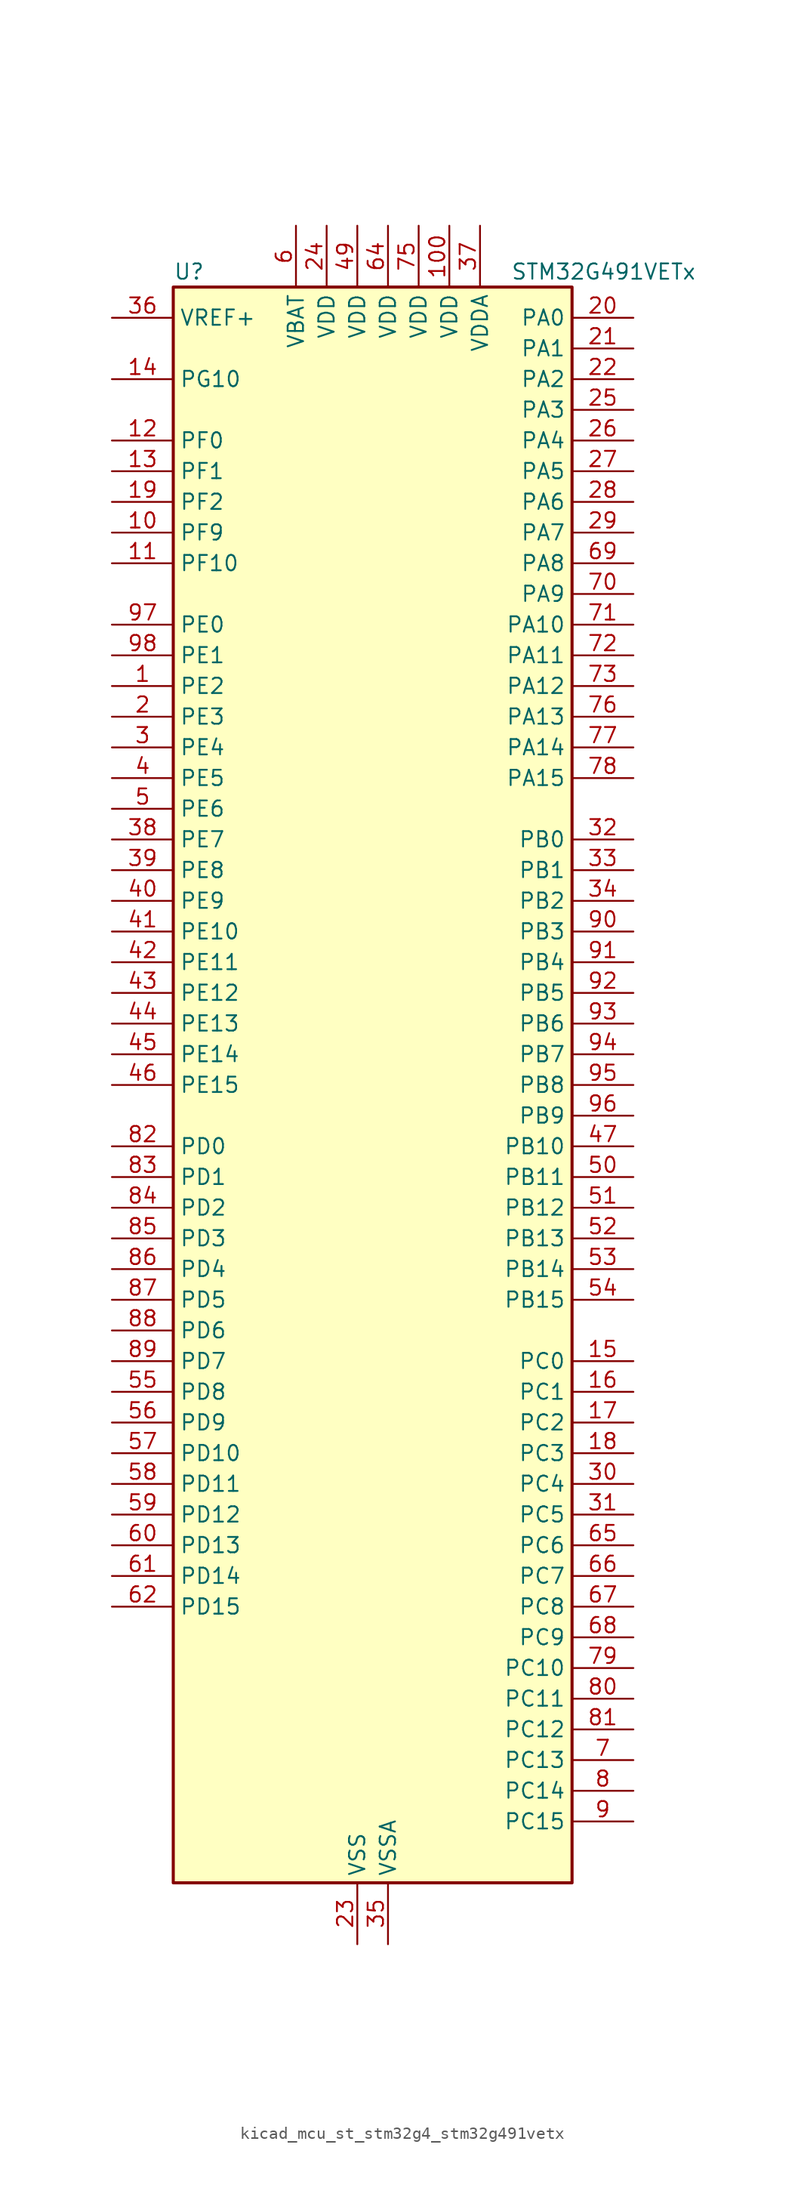
<source format=kicad_sym>
(kicad_symbol_lib
  (version 20220914)
  (generator kicad_symbol_editor)
  (symbol "kicad_mcu_st_stm32g4_stm32g491vetx"
    (property "Reference" "U"
      (at -15.24 67.31 0)
      (effects (font (size 1.27 1.27)) (justify left)))
    (property "Value" "STM32G491VETx"
      (at 12.7 67.31 0)
      (effects (font (size 1.27 1.27)) (justify left)))
    (property "ki_locked" ""
      (at 0 0 0)
      (effects (font (size 1.27 1.27))))
    (symbol "kicad_mcu_st_stm32g4_stm32g491vetx_0_1"
      (rectangle (start -15.24 -66.04) (end 17.78 66.04) (stroke (width 0.254) (type default)) (fill (type background))))
    (symbol "kicad_mcu_st_stm32g4_stm32g491vetx_1_1"
      (pin bidirectional line (at -20.32 33.02 0) (length 5.08) (name "PE2" (effects (font (size 1.27 1.27)))) (number "1" (effects (font (size 1.27 1.27)))) (alternate "ADC3_EXTI2" bidirectional line) (alternate "SAI1_CK1" bidirectional line) (alternate "SAI1_MCLK_A" bidirectional line) (alternate "SYS_TRACECLK" bidirectional line) (alternate "TIM20_CH1" bidirectional line) (alternate "TIM3_CH1" bidirectional line))
      (pin bidirectional line (at -20.32 45.72 0) (length 5.08) (name "PF9" (effects (font (size 1.27 1.27)))) (number "10" (effects (font (size 1.27 1.27)))) (alternate "DAC1_EXTI9" bidirectional line) (alternate "DAC3_EXTI9" bidirectional line) (alternate "QUADSPI1_BK1_IO1" bidirectional line) (alternate "SAI1_FS_B" bidirectional line) (alternate "SPI2_SCK" bidirectional line) (alternate "TIM15_CH1" bidirectional line) (alternate "TIM20_BKIN" bidirectional line))
      (pin power_in line (at 7.62 71.12 270) (length 5.08) (name "VDD" (effects (font (size 1.27 1.27)))) (number "100" (effects (font (size 1.27 1.27)))))
      (pin bidirectional line (at -20.32 43.18 0) (length 5.08) (name "PF10" (effects (font (size 1.27 1.27)))) (number "11" (effects (font (size 1.27 1.27)))) (alternate "DAC1_EXTI10" bidirectional line) (alternate "DAC3_EXTI10" bidirectional line) (alternate "QUADSPI1_CLK" bidirectional line) (alternate "SAI1_D3" bidirectional line) (alternate "SPI2_SCK" bidirectional line) (alternate "TIM15_CH2" bidirectional line) (alternate "TIM20_BKIN2" bidirectional line))
      (pin bidirectional line (at -20.32 53.34 0) (length 5.08) (name "PF0" (effects (font (size 1.27 1.27)))) (number "12" (effects (font (size 1.27 1.27)))) (alternate "ADC1_IN10" bidirectional line) (alternate "I2C2_SDA" bidirectional line) (alternate "I2S2_WS" bidirectional line) (alternate "RCC_OSC_IN" bidirectional line) (alternate "SPI2_NSS" bidirectional line) (alternate "TIM1_CH3N" bidirectional line))
      (pin bidirectional line (at -20.32 50.8 0) (length 5.08) (name "PF1" (effects (font (size 1.27 1.27)))) (number "13" (effects (font (size 1.27 1.27)))) (alternate "ADC2_IN10" bidirectional line) (alternate "COMP3_INM" bidirectional line) (alternate "I2S2_CK" bidirectional line) (alternate "RCC_OSC_OUT" bidirectional line) (alternate "SPI2_SCK" bidirectional line))
      (pin bidirectional line (at -20.32 58.42 0) (length 5.08) (name "PG10" (effects (font (size 1.27 1.27)))) (number "14" (effects (font (size 1.27 1.27)))) (alternate "DAC1_EXTI10" bidirectional line) (alternate "DAC3_EXTI10" bidirectional line) (alternate "RCC_MCO" bidirectional line))
      (pin bidirectional line (at 22.86 -22.86 180) (length 5.08) (name "PC0" (effects (font (size 1.27 1.27)))) (number "15" (effects (font (size 1.27 1.27)))) (alternate "ADC1_IN6" bidirectional line) (alternate "ADC2_IN6" bidirectional line) (alternate "COMP3_INM" bidirectional line) (alternate "LPTIM1_IN1" bidirectional line) (alternate "LPUART1_RX" bidirectional line) (alternate "TIM1_CH1" bidirectional line))
      (pin bidirectional line (at 22.86 -25.4 180) (length 5.08) (name "PC1" (effects (font (size 1.27 1.27)))) (number "16" (effects (font (size 1.27 1.27)))) (alternate "ADC1_IN7" bidirectional line) (alternate "ADC2_IN7" bidirectional line) (alternate "COMP3_INP" bidirectional line) (alternate "LPTIM1_OUT" bidirectional line) (alternate "LPUART1_TX" bidirectional line) (alternate "QUADSPI1_BK2_IO0" bidirectional line) (alternate "SAI1_SD_A" bidirectional line) (alternate "TIM1_CH2" bidirectional line))
      (pin bidirectional line (at 22.86 -27.94 180) (length 5.08) (name "PC2" (effects (font (size 1.27 1.27)))) (number "17" (effects (font (size 1.27 1.27)))) (alternate "ADC1_IN8" bidirectional line) (alternate "ADC2_IN8" bidirectional line) (alternate "ADC3_EXTI2" bidirectional line) (alternate "COMP3_OUT" bidirectional line) (alternate "LPTIM1_IN2" bidirectional line) (alternate "QUADSPI1_BK2_IO1" bidirectional line) (alternate "TIM1_CH3" bidirectional line) (alternate "TIM20_CH2" bidirectional line))
      (pin bidirectional line (at 22.86 -30.48 180) (length 5.08) (name "PC3" (effects (font (size 1.27 1.27)))) (number "18" (effects (font (size 1.27 1.27)))) (alternate "ADC1_IN9" bidirectional line) (alternate "ADC2_IN9" bidirectional line) (alternate "ADC3_EXTI3" bidirectional line) (alternate "LPTIM1_ETR" bidirectional line) (alternate "QUADSPI1_BK2_IO2" bidirectional line) (alternate "SAI1_D1" bidirectional line) (alternate "SAI1_SD_A" bidirectional line) (alternate "TIM1_BKIN2" bidirectional line) (alternate "TIM1_CH4" bidirectional line))
      (pin bidirectional line (at -20.32 48.26 0) (length 5.08) (name "PF2" (effects (font (size 1.27 1.27)))) (number "19" (effects (font (size 1.27 1.27)))) (alternate "ADC3_EXTI2" bidirectional line) (alternate "I2C2_SMBA" bidirectional line) (alternate "TIM20_CH3" bidirectional line))
      (pin bidirectional line (at -20.32 30.48 0) (length 5.08) (name "PE3" (effects (font (size 1.27 1.27)))) (number "2" (effects (font (size 1.27 1.27)))) (alternate "ADC3_EXTI3" bidirectional line) (alternate "SAI1_SD_B" bidirectional line) (alternate "SYS_TRACED0" bidirectional line) (alternate "TIM20_CH2" bidirectional line) (alternate "TIM3_CH2" bidirectional line))
      (pin bidirectional line (at 22.86 63.5 180) (length 5.08) (name "PA0" (effects (font (size 1.27 1.27)))) (number "20" (effects (font (size 1.27 1.27)))) (alternate "ADC1_IN1" bidirectional line) (alternate "ADC2_IN1" bidirectional line) (alternate "COMP1_INM" bidirectional line) (alternate "COMP1_OUT" bidirectional line) (alternate "COMP3_INP" bidirectional line) (alternate "RTC_TAMP2" bidirectional line) (alternate "SYS_WKUP1" bidirectional line) (alternate "TIM2_CH1" bidirectional line) (alternate "TIM2_ETR" bidirectional line) (alternate "TIM8_BKIN" bidirectional line) (alternate "TIM8_ETR" bidirectional line) (alternate "USART2_CTS" bidirectional line) (alternate "USART2_NSS" bidirectional line))
      (pin bidirectional line (at 22.86 60.96 180) (length 5.08) (name "PA1" (effects (font (size 1.27 1.27)))) (number "21" (effects (font (size 1.27 1.27)))) (alternate "ADC1_IN2" bidirectional line) (alternate "ADC2_IN2" bidirectional line) (alternate "COMP1_INP" bidirectional line) (alternate "OPAMP1_VINP" bidirectional line) (alternate "OPAMP1_VINP_SEC" bidirectional line) (alternate "OPAMP3_VINP" bidirectional line) (alternate "OPAMP3_VINP_SEC" bidirectional line) (alternate "OPAMP6_VINM" bidirectional line) (alternate "OPAMP6_VINM0" bidirectional line) (alternate "OPAMP6_VINM_SEC" bidirectional line) (alternate "RTC_REFIN" bidirectional line) (alternate "TIM15_CH1N" bidirectional line) (alternate "TIM2_CH2" bidirectional line) (alternate "USART2_DE" bidirectional line) (alternate "USART2_RTS" bidirectional line))
      (pin bidirectional line (at 22.86 58.42 180) (length 5.08) (name "PA2" (effects (font (size 1.27 1.27)))) (number "22" (effects (font (size 1.27 1.27)))) (alternate "ADC1_IN3" bidirectional line) (alternate "ADC3_EXTI2" bidirectional line) (alternate "COMP2_INM" bidirectional line) (alternate "COMP2_OUT" bidirectional line) (alternate "LPUART1_TX" bidirectional line) (alternate "OPAMP1_VOUT" bidirectional line) (alternate "QUADSPI1_BK1_NCS" bidirectional line) (alternate "RCC_LSCO" bidirectional line) (alternate "SYS_WKUP4" bidirectional line) (alternate "TIM15_CH1" bidirectional line) (alternate "TIM2_CH3" bidirectional line) (alternate "UCPD1_FRSTX1" bidirectional line) (alternate "UCPD1_FRSTX2" bidirectional line) (alternate "USART2_TX" bidirectional line))
      (pin power_in line (at 0 -71.12 90) (length 5.08) (name "VSS" (effects (font (size 1.27 1.27)))) (number "23" (effects (font (size 1.27 1.27)))))
      (pin power_in line (at -2.54 71.12 270) (length 5.08) (name "VDD" (effects (font (size 1.27 1.27)))) (number "24" (effects (font (size 1.27 1.27)))))
      (pin bidirectional line (at 22.86 55.88 180) (length 5.08) (name "PA3" (effects (font (size 1.27 1.27)))) (number "25" (effects (font (size 1.27 1.27)))) (alternate "ADC1_IN4" bidirectional line) (alternate "ADC3_EXTI3" bidirectional line) (alternate "COMP2_INP" bidirectional line) (alternate "LPUART1_RX" bidirectional line) (alternate "OPAMP1_VINM" bidirectional line) (alternate "OPAMP1_VINM0" bidirectional line) (alternate "OPAMP1_VINM_SEC" bidirectional line) (alternate "OPAMP1_VINP" bidirectional line) (alternate "OPAMP1_VINP_SEC" bidirectional line) (alternate "QUADSPI1_CLK" bidirectional line) (alternate "SAI1_CK1" bidirectional line) (alternate "SAI1_MCLK_A" bidirectional line) (alternate "TIM15_CH2" bidirectional line) (alternate "TIM2_CH4" bidirectional line) (alternate "USART2_RX" bidirectional line))
      (pin bidirectional line (at 22.86 53.34 180) (length 5.08) (name "PA4" (effects (font (size 1.27 1.27)))) (number "26" (effects (font (size 1.27 1.27)))) (alternate "ADC2_IN17" bidirectional line) (alternate "COMP1_INM" bidirectional line) (alternate "DAC1_OUT1" bidirectional line) (alternate "I2S3_WS" bidirectional line) (alternate "SAI1_FS_B" bidirectional line) (alternate "SPI1_NSS" bidirectional line) (alternate "SPI3_NSS" bidirectional line) (alternate "TIM3_CH2" bidirectional line) (alternate "USART2_CK" bidirectional line))
      (pin bidirectional line (at 22.86 50.8 180) (length 5.08) (name "PA5" (effects (font (size 1.27 1.27)))) (number "27" (effects (font (size 1.27 1.27)))) (alternate "ADC2_IN13" bidirectional line) (alternate "COMP2_INM" bidirectional line) (alternate "DAC1_OUT2" bidirectional line) (alternate "OPAMP2_VINM" bidirectional line) (alternate "OPAMP2_VINM0" bidirectional line) (alternate "OPAMP2_VINM_SEC" bidirectional line) (alternate "SPI1_SCK" bidirectional line) (alternate "TIM2_CH1" bidirectional line) (alternate "TIM2_ETR" bidirectional line) (alternate "UCPD1_FRSTX1" bidirectional line) (alternate "UCPD1_FRSTX2" bidirectional line))
      (pin bidirectional line (at 22.86 48.26 180) (length 5.08) (name "PA6" (effects (font (size 1.27 1.27)))) (number "28" (effects (font (size 1.27 1.27)))) (alternate "ADC2_IN3" bidirectional line) (alternate "COMP1_OUT" bidirectional line) (alternate "LPUART1_CTS" bidirectional line) (alternate "OPAMP2_VOUT" bidirectional line) (alternate "QUADSPI1_BK1_IO3" bidirectional line) (alternate "SPI1_MISO" bidirectional line) (alternate "TIM16_CH1" bidirectional line) (alternate "TIM1_BKIN" bidirectional line) (alternate "TIM3_CH1" bidirectional line) (alternate "TIM8_BKIN" bidirectional line))
      (pin bidirectional line (at 22.86 45.72 180) (length 5.08) (name "PA7" (effects (font (size 1.27 1.27)))) (number "29" (effects (font (size 1.27 1.27)))) (alternate "ADC2_IN4" bidirectional line) (alternate "COMP2_INP" bidirectional line) (alternate "COMP2_OUT" bidirectional line) (alternate "OPAMP1_VINP" bidirectional line) (alternate "OPAMP1_VINP_SEC" bidirectional line) (alternate "OPAMP2_VINP" bidirectional line) (alternate "OPAMP2_VINP_SEC" bidirectional line) (alternate "QUADSPI1_BK1_IO2" bidirectional line) (alternate "SPI1_MOSI" bidirectional line) (alternate "TIM17_CH1" bidirectional line) (alternate "TIM1_CH1N" bidirectional line) (alternate "TIM3_CH2" bidirectional line) (alternate "TIM8_CH1N" bidirectional line) (alternate "UCPD1_FRSTX1" bidirectional line) (alternate "UCPD1_FRSTX2" bidirectional line))
      (pin bidirectional line (at -20.32 27.94 0) (length 5.08) (name "PE4" (effects (font (size 1.27 1.27)))) (number "3" (effects (font (size 1.27 1.27)))) (alternate "SAI1_D2" bidirectional line) (alternate "SAI1_FS_A" bidirectional line) (alternate "SYS_TRACED1" bidirectional line) (alternate "TIM20_CH1N" bidirectional line) (alternate "TIM3_CH3" bidirectional line))
      (pin bidirectional line (at 22.86 -33.02 180) (length 5.08) (name "PC4" (effects (font (size 1.27 1.27)))) (number "30" (effects (font (size 1.27 1.27)))) (alternate "ADC2_IN5" bidirectional line) (alternate "I2C2_SCL" bidirectional line) (alternate "QUADSPI1_BK2_IO3" bidirectional line) (alternate "TIM1_ETR" bidirectional line) (alternate "USART1_TX" bidirectional line))
      (pin bidirectional line (at 22.86 -35.56 180) (length 5.08) (name "PC5" (effects (font (size 1.27 1.27)))) (number "31" (effects (font (size 1.27 1.27)))) (alternate "ADC2_IN11" bidirectional line) (alternate "OPAMP1_VINM" bidirectional line) (alternate "OPAMP1_VINM1" bidirectional line) (alternate "OPAMP1_VINM_SEC" bidirectional line) (alternate "OPAMP2_VINM" bidirectional line) (alternate "OPAMP2_VINM1" bidirectional line) (alternate "OPAMP2_VINM_SEC" bidirectional line) (alternate "SAI1_D3" bidirectional line) (alternate "SYS_WKUP5" bidirectional line) (alternate "TIM15_BKIN" bidirectional line) (alternate "TIM1_CH4N" bidirectional line) (alternate "USART1_RX" bidirectional line))
      (pin bidirectional line (at 22.86 20.32 180) (length 5.08) (name "PB0" (effects (font (size 1.27 1.27)))) (number "32" (effects (font (size 1.27 1.27)))) (alternate "ADC1_IN15" bidirectional line) (alternate "ADC3_IN12" bidirectional line) (alternate "COMP4_INP" bidirectional line) (alternate "OPAMP2_VINP" bidirectional line) (alternate "OPAMP2_VINP_SEC" bidirectional line) (alternate "OPAMP3_VINP" bidirectional line) (alternate "OPAMP3_VINP_SEC" bidirectional line) (alternate "QUADSPI1_BK1_IO1" bidirectional line) (alternate "TIM1_CH2N" bidirectional line) (alternate "TIM3_CH3" bidirectional line) (alternate "TIM8_CH2N" bidirectional line) (alternate "UCPD1_FRSTX1" bidirectional line) (alternate "UCPD1_FRSTX2" bidirectional line))
      (pin bidirectional line (at 22.86 17.78 180) (length 5.08) (name "PB1" (effects (font (size 1.27 1.27)))) (number "33" (effects (font (size 1.27 1.27)))) (alternate "ADC1_IN12" bidirectional line) (alternate "ADC3_IN1" bidirectional line) (alternate "COMP1_INP" bidirectional line) (alternate "COMP4_OUT" bidirectional line) (alternate "LPUART1_DE" bidirectional line) (alternate "LPUART1_RTS" bidirectional line) (alternate "OPAMP3_VOUT" bidirectional line) (alternate "OPAMP6_VINM" bidirectional line) (alternate "OPAMP6_VINM1" bidirectional line) (alternate "OPAMP6_VINM_SEC" bidirectional line) (alternate "QUADSPI1_BK1_IO0" bidirectional line) (alternate "TIM1_CH3N" bidirectional line) (alternate "TIM3_CH4" bidirectional line) (alternate "TIM8_CH3N" bidirectional line))
      (pin bidirectional line (at 22.86 15.24 180) (length 5.08) (name "PB2" (effects (font (size 1.27 1.27)))) (number "34" (effects (font (size 1.27 1.27)))) (alternate "ADC2_IN12" bidirectional line) (alternate "ADC3_EXTI2" bidirectional line) (alternate "COMP4_INM" bidirectional line) (alternate "I2C3_SMBA" bidirectional line) (alternate "LPTIM1_OUT" bidirectional line) (alternate "OPAMP3_VINM" bidirectional line) (alternate "OPAMP3_VINM0" bidirectional line) (alternate "OPAMP3_VINM_SEC" bidirectional line) (alternate "QUADSPI1_BK2_IO1" bidirectional line) (alternate "RTC_OUT2" bidirectional line) (alternate "TIM20_CH1" bidirectional line))
      (pin power_in line (at 2.54 -71.12 90) (length 5.08) (name "VSSA" (effects (font (size 1.27 1.27)))) (number "35" (effects (font (size 1.27 1.27)))))
      (pin input line (at -20.32 63.5 0) (length 5.08) (name "VREF+" (effects (font (size 1.27 1.27)))) (number "36" (effects (font (size 1.27 1.27)))) (alternate "VREFBUF_OUT" bidirectional line))
      (pin power_in line (at 10.16 71.12 270) (length 5.08) (name "VDDA" (effects (font (size 1.27 1.27)))) (number "37" (effects (font (size 1.27 1.27)))))
      (pin bidirectional line (at -20.32 20.32 0) (length 5.08) (name "PE7" (effects (font (size 1.27 1.27)))) (number "38" (effects (font (size 1.27 1.27)))) (alternate "ADC3_IN4" bidirectional line) (alternate "COMP4_INP" bidirectional line) (alternate "SAI1_SD_B" bidirectional line) (alternate "TIM1_ETR" bidirectional line))
      (pin bidirectional line (at -20.32 17.78 0) (length 5.08) (name "PE8" (effects (font (size 1.27 1.27)))) (number "39" (effects (font (size 1.27 1.27)))) (alternate "ADC3_IN6" bidirectional line) (alternate "COMP4_INM" bidirectional line) (alternate "SAI1_SCK_B" bidirectional line) (alternate "TIM1_CH1N" bidirectional line))
      (pin bidirectional line (at -20.32 25.4 0) (length 5.08) (name "PE5" (effects (font (size 1.27 1.27)))) (number "4" (effects (font (size 1.27 1.27)))) (alternate "SAI1_CK2" bidirectional line) (alternate "SAI1_SCK_A" bidirectional line) (alternate "SYS_TRACED2" bidirectional line) (alternate "TIM20_CH2N" bidirectional line) (alternate "TIM3_CH4" bidirectional line))
      (pin bidirectional line (at -20.32 15.24 0) (length 5.08) (name "PE9" (effects (font (size 1.27 1.27)))) (number "40" (effects (font (size 1.27 1.27)))) (alternate "ADC3_IN2" bidirectional line) (alternate "DAC1_EXTI9" bidirectional line) (alternate "DAC3_EXTI9" bidirectional line) (alternate "SAI1_FS_B" bidirectional line) (alternate "TIM1_CH1" bidirectional line))
      (pin bidirectional line (at -20.32 12.7 0) (length 5.08) (name "PE10" (effects (font (size 1.27 1.27)))) (number "41" (effects (font (size 1.27 1.27)))) (alternate "ADC3_IN14" bidirectional line) (alternate "DAC1_EXTI10" bidirectional line) (alternate "DAC3_EXTI10" bidirectional line) (alternate "QUADSPI1_CLK" bidirectional line) (alternate "SAI1_MCLK_B" bidirectional line) (alternate "TIM1_CH2N" bidirectional line))
      (pin bidirectional line (at -20.32 10.16 0) (length 5.08) (name "PE11" (effects (font (size 1.27 1.27)))) (number "42" (effects (font (size 1.27 1.27)))) (alternate "ADC1_EXTI11" bidirectional line) (alternate "ADC2_EXTI11" bidirectional line) (alternate "ADC3_IN15" bidirectional line) (alternate "QUADSPI1_BK1_NCS" bidirectional line) (alternate "TIM1_CH2" bidirectional line))
      (pin bidirectional line (at -20.32 7.62 0) (length 5.08) (name "PE12" (effects (font (size 1.27 1.27)))) (number "43" (effects (font (size 1.27 1.27)))) (alternate "ADC3_IN16" bidirectional line) (alternate "QUADSPI1_BK1_IO0" bidirectional line) (alternate "TIM1_CH3N" bidirectional line))
      (pin bidirectional line (at -20.32 5.08 0) (length 5.08) (name "PE13" (effects (font (size 1.27 1.27)))) (number "44" (effects (font (size 1.27 1.27)))) (alternate "ADC3_IN3" bidirectional line) (alternate "QUADSPI1_BK1_IO1" bidirectional line) (alternate "TIM1_CH3" bidirectional line))
      (pin bidirectional line (at -20.32 2.54 0) (length 5.08) (name "PE14" (effects (font (size 1.27 1.27)))) (number "45" (effects (font (size 1.27 1.27)))) (alternate "QUADSPI1_BK1_IO2" bidirectional line) (alternate "TIM1_BKIN2" bidirectional line) (alternate "TIM1_CH4" bidirectional line))
      (pin bidirectional line (at -20.32 0 0) (length 5.08) (name "PE15" (effects (font (size 1.27 1.27)))) (number "46" (effects (font (size 1.27 1.27)))) (alternate "ADC1_EXTI15" bidirectional line) (alternate "ADC2_EXTI15" bidirectional line) (alternate "QUADSPI1_BK1_IO3" bidirectional line) (alternate "TIM1_BKIN" bidirectional line) (alternate "TIM1_CH4N" bidirectional line) (alternate "USART3_RX" bidirectional line))
      (pin bidirectional line (at 22.86 -5.08 180) (length 5.08) (name "PB10" (effects (font (size 1.27 1.27)))) (number "47" (effects (font (size 1.27 1.27)))) (alternate "DAC1_EXTI10" bidirectional line) (alternate "DAC3_EXTI10" bidirectional line) (alternate "LPUART1_RX" bidirectional line) (alternate "OPAMP3_VINM" bidirectional line) (alternate "OPAMP3_VINM1" bidirectional line) (alternate "OPAMP3_VINM_SEC" bidirectional line) (alternate "QUADSPI1_CLK" bidirectional line) (alternate "SAI1_SCK_A" bidirectional line) (alternate "TIM1_BKIN" bidirectional line) (alternate "TIM2_CH3" bidirectional line) (alternate "USART3_TX" bidirectional line))
      (pin passive line (at 0 -71.12 90) (length 5.08) hide (name "VSS" (effects (font (size 1.27 1.27)))) (number "48" (effects (font (size 1.27 1.27)))))
      (pin power_in line (at 0 71.12 270) (length 5.08) (name "VDD" (effects (font (size 1.27 1.27)))) (number "49" (effects (font (size 1.27 1.27)))))
      (pin bidirectional line (at -20.32 22.86 0) (length 5.08) (name "PE6" (effects (font (size 1.27 1.27)))) (number "5" (effects (font (size 1.27 1.27)))) (alternate "RTC_TAMP3" bidirectional line) (alternate "SAI1_D1" bidirectional line) (alternate "SAI1_SD_A" bidirectional line) (alternate "SYS_TRACED3" bidirectional line) (alternate "SYS_WKUP3" bidirectional line) (alternate "TIM20_CH3N" bidirectional line))
      (pin bidirectional line (at 22.86 -7.62 180) (length 5.08) (name "PB11" (effects (font (size 1.27 1.27)))) (number "50" (effects (font (size 1.27 1.27)))) (alternate "ADC1_EXTI11" bidirectional line) (alternate "ADC1_IN14" bidirectional line) (alternate "ADC2_EXTI11" bidirectional line) (alternate "ADC2_IN14" bidirectional line) (alternate "LPUART1_TX" bidirectional line) (alternate "OPAMP6_VOUT" bidirectional line) (alternate "QUADSPI1_BK1_NCS" bidirectional line) (alternate "TIM2_CH4" bidirectional line) (alternate "USART3_RX" bidirectional line))
      (pin bidirectional line (at 22.86 -10.16 180) (length 5.08) (name "PB12" (effects (font (size 1.27 1.27)))) (number "51" (effects (font (size 1.27 1.27)))) (alternate "ADC1_IN11" bidirectional line) (alternate "FDCAN2_RX" bidirectional line) (alternate "I2C2_SMBA" bidirectional line) (alternate "I2S2_WS" bidirectional line) (alternate "LPUART1_DE" bidirectional line) (alternate "LPUART1_RTS" bidirectional line) (alternate "OPAMP6_VINP" bidirectional line) (alternate "OPAMP6_VINP_SEC" bidirectional line) (alternate "SPI2_NSS" bidirectional line) (alternate "TIM1_BKIN" bidirectional line) (alternate "USART3_CK" bidirectional line))
      (pin bidirectional line (at 22.86 -12.7 180) (length 5.08) (name "PB13" (effects (font (size 1.27 1.27)))) (number "52" (effects (font (size 1.27 1.27)))) (alternate "ADC3_IN5" bidirectional line) (alternate "FDCAN2_TX" bidirectional line) (alternate "I2S2_CK" bidirectional line) (alternate "LPUART1_CTS" bidirectional line) (alternate "OPAMP3_VINP" bidirectional line) (alternate "OPAMP3_VINP_SEC" bidirectional line) (alternate "OPAMP6_VINP" bidirectional line) (alternate "OPAMP6_VINP_SEC" bidirectional line) (alternate "SPI2_SCK" bidirectional line) (alternate "TIM1_CH1N" bidirectional line) (alternate "USART3_CTS" bidirectional line) (alternate "USART3_NSS" bidirectional line))
      (pin bidirectional line (at 22.86 -15.24 180) (length 5.08) (name "PB14" (effects (font (size 1.27 1.27)))) (number "53" (effects (font (size 1.27 1.27)))) (alternate "ADC1_IN5" bidirectional line) (alternate "COMP4_OUT" bidirectional line) (alternate "OPAMP2_VINP" bidirectional line) (alternate "OPAMP2_VINP_SEC" bidirectional line) (alternate "SPI2_MISO" bidirectional line) (alternate "TIM15_CH1" bidirectional line) (alternate "TIM1_CH2N" bidirectional line) (alternate "USART3_DE" bidirectional line) (alternate "USART3_RTS" bidirectional line))
      (pin bidirectional line (at 22.86 -17.78 180) (length 5.08) (name "PB15" (effects (font (size 1.27 1.27)))) (number "54" (effects (font (size 1.27 1.27)))) (alternate "ADC1_EXTI15" bidirectional line) (alternate "ADC2_EXTI15" bidirectional line) (alternate "ADC2_IN15" bidirectional line) (alternate "COMP3_OUT" bidirectional line) (alternate "I2S2_SD" bidirectional line) (alternate "RTC_REFIN" bidirectional line) (alternate "SPI2_MOSI" bidirectional line) (alternate "TIM15_CH1N" bidirectional line) (alternate "TIM15_CH2" bidirectional line) (alternate "TIM1_CH3N" bidirectional line))
      (pin bidirectional line (at -20.32 -25.4 0) (length 5.08) (name "PD8" (effects (font (size 1.27 1.27)))) (number "55" (effects (font (size 1.27 1.27)))) (alternate "USART3_TX" bidirectional line))
      (pin bidirectional line (at -20.32 -27.94 0) (length 5.08) (name "PD9" (effects (font (size 1.27 1.27)))) (number "56" (effects (font (size 1.27 1.27)))) (alternate "DAC1_EXTI9" bidirectional line) (alternate "DAC3_EXTI9" bidirectional line) (alternate "OPAMP6_VINP" bidirectional line) (alternate "OPAMP6_VINP_SEC" bidirectional line) (alternate "USART3_RX" bidirectional line))
      (pin bidirectional line (at -20.32 -30.48 0) (length 5.08) (name "PD10" (effects (font (size 1.27 1.27)))) (number "57" (effects (font (size 1.27 1.27)))) (alternate "ADC3_IN7" bidirectional line) (alternate "DAC1_EXTI10" bidirectional line) (alternate "DAC3_EXTI10" bidirectional line) (alternate "USART3_CK" bidirectional line))
      (pin bidirectional line (at -20.32 -33.02 0) (length 5.08) (name "PD11" (effects (font (size 1.27 1.27)))) (number "58" (effects (font (size 1.27 1.27)))) (alternate "ADC1_EXTI11" bidirectional line) (alternate "ADC2_EXTI11" bidirectional line) (alternate "ADC3_IN8" bidirectional line) (alternate "USART3_CTS" bidirectional line) (alternate "USART3_NSS" bidirectional line))
      (pin bidirectional line (at -20.32 -35.56 0) (length 5.08) (name "PD12" (effects (font (size 1.27 1.27)))) (number "59" (effects (font (size 1.27 1.27)))) (alternate "ADC3_IN9" bidirectional line) (alternate "TIM4_CH1" bidirectional line) (alternate "USART3_DE" bidirectional line) (alternate "USART3_RTS" bidirectional line))
      (pin power_in line (at -5.08 71.12 270) (length 5.08) (name "VBAT" (effects (font (size 1.27 1.27)))) (number "6" (effects (font (size 1.27 1.27)))))
      (pin bidirectional line (at -20.32 -38.1 0) (length 5.08) (name "PD13" (effects (font (size 1.27 1.27)))) (number "60" (effects (font (size 1.27 1.27)))) (alternate "ADC3_IN10" bidirectional line) (alternate "TIM4_CH2" bidirectional line))
      (pin bidirectional line (at -20.32 -40.64 0) (length 5.08) (name "PD14" (effects (font (size 1.27 1.27)))) (number "61" (effects (font (size 1.27 1.27)))) (alternate "ADC3_IN11" bidirectional line) (alternate "OPAMP2_VINP" bidirectional line) (alternate "OPAMP2_VINP_SEC" bidirectional line) (alternate "TIM4_CH3" bidirectional line))
      (pin bidirectional line (at -20.32 -43.18 0) (length 5.08) (name "PD15" (effects (font (size 1.27 1.27)))) (number "62" (effects (font (size 1.27 1.27)))) (alternate "ADC1_EXTI15" bidirectional line) (alternate "ADC2_EXTI15" bidirectional line) (alternate "SPI2_NSS" bidirectional line) (alternate "TIM4_CH4" bidirectional line))
      (pin passive line (at 0 -71.12 90) (length 5.08) hide (name "VSS" (effects (font (size 1.27 1.27)))) (number "63" (effects (font (size 1.27 1.27)))))
      (pin power_in line (at 2.54 71.12 270) (length 5.08) (name "VDD" (effects (font (size 1.27 1.27)))) (number "64" (effects (font (size 1.27 1.27)))))
      (pin bidirectional line (at 22.86 -38.1 180) (length 5.08) (name "PC6" (effects (font (size 1.27 1.27)))) (number "65" (effects (font (size 1.27 1.27)))) (alternate "I2S2_MCK" bidirectional line) (alternate "TIM3_CH1" bidirectional line) (alternate "TIM8_CH1" bidirectional line))
      (pin bidirectional line (at 22.86 -40.64 180) (length 5.08) (name "PC7" (effects (font (size 1.27 1.27)))) (number "66" (effects (font (size 1.27 1.27)))) (alternate "I2S3_MCK" bidirectional line) (alternate "TIM3_CH2" bidirectional line) (alternate "TIM8_CH2" bidirectional line))
      (pin bidirectional line (at 22.86 -43.18 180) (length 5.08) (name "PC8" (effects (font (size 1.27 1.27)))) (number "67" (effects (font (size 1.27 1.27)))) (alternate "I2C3_SCL" bidirectional line) (alternate "TIM20_CH3" bidirectional line) (alternate "TIM3_CH3" bidirectional line) (alternate "TIM8_CH3" bidirectional line))
      (pin bidirectional line (at 22.86 -45.72 180) (length 5.08) (name "PC9" (effects (font (size 1.27 1.27)))) (number "68" (effects (font (size 1.27 1.27)))) (alternate "DAC1_EXTI9" bidirectional line) (alternate "DAC3_EXTI9" bidirectional line) (alternate "I2C3_SDA" bidirectional line) (alternate "I2S_CKIN" bidirectional line) (alternate "TIM3_CH4" bidirectional line) (alternate "TIM8_BKIN2" bidirectional line) (alternate "TIM8_CH4" bidirectional line))
      (pin bidirectional line (at 22.86 43.18 180) (length 5.08) (name "PA8" (effects (font (size 1.27 1.27)))) (number "69" (effects (font (size 1.27 1.27)))) (alternate "I2C2_SDA" bidirectional line) (alternate "I2C3_SCL" bidirectional line) (alternate "I2S2_MCK" bidirectional line) (alternate "RCC_MCO" bidirectional line) (alternate "SAI1_CK2" bidirectional line) (alternate "SAI1_SCK_A" bidirectional line) (alternate "TIM1_CH1" bidirectional line) (alternate "TIM4_ETR" bidirectional line) (alternate "USART1_CK" bidirectional line))
      (pin bidirectional line (at 22.86 -55.88 180) (length 5.08) (name "PC13" (effects (font (size 1.27 1.27)))) (number "7" (effects (font (size 1.27 1.27)))) (alternate "RTC_OUT1" bidirectional line) (alternate "RTC_TAMP1" bidirectional line) (alternate "RTC_TS" bidirectional line) (alternate "SYS_WKUP2" bidirectional line) (alternate "TIM1_BKIN" bidirectional line) (alternate "TIM1_CH1N" bidirectional line) (alternate "TIM8_CH4N" bidirectional line))
      (pin bidirectional line (at 22.86 40.64 180) (length 5.08) (name "PA9" (effects (font (size 1.27 1.27)))) (number "70" (effects (font (size 1.27 1.27)))) (alternate "DAC1_EXTI9" bidirectional line) (alternate "DAC3_EXTI9" bidirectional line) (alternate "I2C2_SCL" bidirectional line) (alternate "I2C3_SMBA" bidirectional line) (alternate "I2S3_MCK" bidirectional line) (alternate "SAI1_FS_A" bidirectional line) (alternate "TIM15_BKIN" bidirectional line) (alternate "TIM1_CH2" bidirectional line) (alternate "TIM2_CH3" bidirectional line) (alternate "UCPD1_DBCC1" bidirectional line) (alternate "USART1_TX" bidirectional line))
      (pin bidirectional line (at 22.86 38.1 180) (length 5.08) (name "PA10" (effects (font (size 1.27 1.27)))) (number "71" (effects (font (size 1.27 1.27)))) (alternate "CRS_SYNC" bidirectional line) (alternate "DAC1_EXTI10" bidirectional line) (alternate "DAC3_EXTI10" bidirectional line) (alternate "I2C2_SMBA" bidirectional line) (alternate "SAI1_D1" bidirectional line) (alternate "SAI1_SD_A" bidirectional line) (alternate "SPI2_MISO" bidirectional line) (alternate "TIM17_BKIN" bidirectional line) (alternate "TIM1_CH3" bidirectional line) (alternate "TIM2_CH4" bidirectional line) (alternate "TIM8_BKIN" bidirectional line) (alternate "UCPD1_DBCC2" bidirectional line) (alternate "USART1_RX" bidirectional line))
      (pin bidirectional line (at 22.86 35.56 180) (length 5.08) (name "PA11" (effects (font (size 1.27 1.27)))) (number "72" (effects (font (size 1.27 1.27)))) (alternate "ADC1_EXTI11" bidirectional line) (alternate "ADC2_EXTI11" bidirectional line) (alternate "COMP1_OUT" bidirectional line) (alternate "FDCAN1_RX" bidirectional line) (alternate "I2S2_SD" bidirectional line) (alternate "SPI2_MOSI" bidirectional line) (alternate "TIM1_BKIN2" bidirectional line) (alternate "TIM1_CH1N" bidirectional line) (alternate "TIM1_CH4" bidirectional line) (alternate "TIM4_CH1" bidirectional line) (alternate "USART1_CTS" bidirectional line) (alternate "USART1_NSS" bidirectional line) (alternate "USB_DM" bidirectional line))
      (pin bidirectional line (at 22.86 33.02 180) (length 5.08) (name "PA12" (effects (font (size 1.27 1.27)))) (number "73" (effects (font (size 1.27 1.27)))) (alternate "COMP2_OUT" bidirectional line) (alternate "FDCAN1_TX" bidirectional line) (alternate "I2S_CKIN" bidirectional line) (alternate "TIM16_CH1" bidirectional line) (alternate "TIM1_CH2N" bidirectional line) (alternate "TIM1_ETR" bidirectional line) (alternate "TIM4_CH2" bidirectional line) (alternate "USART1_DE" bidirectional line) (alternate "USART1_RTS" bidirectional line) (alternate "USB_DP" bidirectional line))
      (pin passive line (at 0 -71.12 90) (length 5.08) hide (name "VSS" (effects (font (size 1.27 1.27)))) (number "74" (effects (font (size 1.27 1.27)))))
      (pin power_in line (at 5.08 71.12 270) (length 5.08) (name "VDD" (effects (font (size 1.27 1.27)))) (number "75" (effects (font (size 1.27 1.27)))))
      (pin bidirectional line (at 22.86 30.48 180) (length 5.08) (name "PA13" (effects (font (size 1.27 1.27)))) (number "76" (effects (font (size 1.27 1.27)))) (alternate "I2C1_SCL" bidirectional line) (alternate "IR_OUT" bidirectional line) (alternate "SAI1_SD_B" bidirectional line) (alternate "SYS_JTMS-SWDIO" bidirectional line) (alternate "TIM16_CH1N" bidirectional line) (alternate "TIM4_CH3" bidirectional line) (alternate "USART3_CTS" bidirectional line) (alternate "USART3_NSS" bidirectional line))
      (pin bidirectional line (at 22.86 27.94 180) (length 5.08) (name "PA14" (effects (font (size 1.27 1.27)))) (number "77" (effects (font (size 1.27 1.27)))) (alternate "I2C1_SDA" bidirectional line) (alternate "LPTIM1_OUT" bidirectional line) (alternate "SAI1_FS_B" bidirectional line) (alternate "SYS_JTCK-SWCLK" bidirectional line) (alternate "TIM1_BKIN" bidirectional line) (alternate "TIM8_CH2" bidirectional line) (alternate "USART2_TX" bidirectional line))
      (pin bidirectional line (at 22.86 25.4 180) (length 5.08) (name "PA15" (effects (font (size 1.27 1.27)))) (number "78" (effects (font (size 1.27 1.27)))) (alternate "ADC1_EXTI15" bidirectional line) (alternate "ADC2_EXTI15" bidirectional line) (alternate "I2C1_SCL" bidirectional line) (alternate "I2S3_WS" bidirectional line) (alternate "SPI1_NSS" bidirectional line) (alternate "SPI3_NSS" bidirectional line) (alternate "SYS_JTDI" bidirectional line) (alternate "TIM1_BKIN" bidirectional line) (alternate "TIM20_ETR" bidirectional line) (alternate "TIM2_CH1" bidirectional line) (alternate "TIM2_ETR" bidirectional line) (alternate "TIM8_CH1" bidirectional line) (alternate "UART4_DE" bidirectional line) (alternate "UART4_RTS" bidirectional line) (alternate "USART2_RX" bidirectional line))
      (pin bidirectional line (at 22.86 -48.26 180) (length 5.08) (name "PC10" (effects (font (size 1.27 1.27)))) (number "79" (effects (font (size 1.27 1.27)))) (alternate "DAC1_EXTI10" bidirectional line) (alternate "DAC3_EXTI10" bidirectional line) (alternate "I2S3_CK" bidirectional line) (alternate "SPI3_SCK" bidirectional line) (alternate "TIM8_CH1N" bidirectional line) (alternate "UART4_TX" bidirectional line) (alternate "USART3_TX" bidirectional line))
      (pin bidirectional line (at 22.86 -58.42 180) (length 5.08) (name "PC14" (effects (font (size 1.27 1.27)))) (number "8" (effects (font (size 1.27 1.27)))) (alternate "RCC_OSC32_IN" bidirectional line))
      (pin bidirectional line (at 22.86 -50.8 180) (length 5.08) (name "PC11" (effects (font (size 1.27 1.27)))) (number "80" (effects (font (size 1.27 1.27)))) (alternate "ADC1_EXTI11" bidirectional line) (alternate "ADC2_EXTI11" bidirectional line) (alternate "I2C3_SDA" bidirectional line) (alternate "SPI3_MISO" bidirectional line) (alternate "TIM8_CH2N" bidirectional line) (alternate "UART4_RX" bidirectional line) (alternate "USART3_RX" bidirectional line))
      (pin bidirectional line (at 22.86 -53.34 180) (length 5.08) (name "PC12" (effects (font (size 1.27 1.27)))) (number "81" (effects (font (size 1.27 1.27)))) (alternate "I2S3_SD" bidirectional line) (alternate "SPI3_MOSI" bidirectional line) (alternate "TIM8_CH3N" bidirectional line) (alternate "UART5_TX" bidirectional line) (alternate "UCPD1_FRSTX1" bidirectional line) (alternate "UCPD1_FRSTX2" bidirectional line) (alternate "USART3_CK" bidirectional line))
      (pin bidirectional line (at -20.32 -5.08 0) (length 5.08) (name "PD0" (effects (font (size 1.27 1.27)))) (number "82" (effects (font (size 1.27 1.27)))) (alternate "FDCAN1_RX" bidirectional line) (alternate "TIM8_CH4N" bidirectional line))
      (pin bidirectional line (at -20.32 -7.62 0) (length 5.08) (name "PD1" (effects (font (size 1.27 1.27)))) (number "83" (effects (font (size 1.27 1.27)))) (alternate "FDCAN1_TX" bidirectional line) (alternate "TIM8_BKIN2" bidirectional line) (alternate "TIM8_CH4" bidirectional line))
      (pin bidirectional line (at -20.32 -10.16 0) (length 5.08) (name "PD2" (effects (font (size 1.27 1.27)))) (number "84" (effects (font (size 1.27 1.27)))) (alternate "ADC3_EXTI2" bidirectional line) (alternate "TIM3_ETR" bidirectional line) (alternate "TIM8_BKIN" bidirectional line) (alternate "UART5_RX" bidirectional line))
      (pin bidirectional line (at -20.32 -12.7 0) (length 5.08) (name "PD3" (effects (font (size 1.27 1.27)))) (number "85" (effects (font (size 1.27 1.27)))) (alternate "ADC3_EXTI3" bidirectional line) (alternate "QUADSPI1_BK2_NCS" bidirectional line) (alternate "TIM2_CH1" bidirectional line) (alternate "TIM2_ETR" bidirectional line) (alternate "USART2_CTS" bidirectional line) (alternate "USART2_NSS" bidirectional line))
      (pin bidirectional line (at -20.32 -15.24 0) (length 5.08) (name "PD4" (effects (font (size 1.27 1.27)))) (number "86" (effects (font (size 1.27 1.27)))) (alternate "QUADSPI1_BK2_IO0" bidirectional line) (alternate "TIM2_CH2" bidirectional line) (alternate "USART2_DE" bidirectional line) (alternate "USART2_RTS" bidirectional line))
      (pin bidirectional line (at -20.32 -17.78 0) (length 5.08) (name "PD5" (effects (font (size 1.27 1.27)))) (number "87" (effects (font (size 1.27 1.27)))) (alternate "QUADSPI1_BK2_IO1" bidirectional line) (alternate "USART2_TX" bidirectional line))
      (pin bidirectional line (at -20.32 -20.32 0) (length 5.08) (name "PD6" (effects (font (size 1.27 1.27)))) (number "88" (effects (font (size 1.27 1.27)))) (alternate "QUADSPI1_BK2_IO2" bidirectional line) (alternate "SAI1_D1" bidirectional line) (alternate "SAI1_SD_A" bidirectional line) (alternate "TIM2_CH4" bidirectional line) (alternate "USART2_RX" bidirectional line))
      (pin bidirectional line (at -20.32 -22.86 0) (length 5.08) (name "PD7" (effects (font (size 1.27 1.27)))) (number "89" (effects (font (size 1.27 1.27)))) (alternate "QUADSPI1_BK2_IO3" bidirectional line) (alternate "TIM2_CH3" bidirectional line) (alternate "USART2_CK" bidirectional line))
      (pin bidirectional line (at 22.86 -60.96 180) (length 5.08) (name "PC15" (effects (font (size 1.27 1.27)))) (number "9" (effects (font (size 1.27 1.27)))) (alternate "ADC1_EXTI15" bidirectional line) (alternate "ADC2_EXTI15" bidirectional line) (alternate "RCC_OSC32_OUT" bidirectional line))
      (pin bidirectional line (at 22.86 12.7 180) (length 5.08) (name "PB3" (effects (font (size 1.27 1.27)))) (number "90" (effects (font (size 1.27 1.27)))) (alternate "ADC3_EXTI3" bidirectional line) (alternate "CRS_SYNC" bidirectional line) (alternate "I2S3_CK" bidirectional line) (alternate "SAI1_SCK_B" bidirectional line) (alternate "SPI1_SCK" bidirectional line) (alternate "SPI3_SCK" bidirectional line) (alternate "SYS_JTDO-SWO" bidirectional line) (alternate "TIM2_CH2" bidirectional line) (alternate "TIM3_ETR" bidirectional line) (alternate "TIM4_ETR" bidirectional line) (alternate "TIM8_CH1N" bidirectional line) (alternate "USART2_TX" bidirectional line))
      (pin bidirectional line (at 22.86 10.16 180) (length 5.08) (name "PB4" (effects (font (size 1.27 1.27)))) (number "91" (effects (font (size 1.27 1.27)))) (alternate "SAI1_MCLK_B" bidirectional line) (alternate "SPI1_MISO" bidirectional line) (alternate "SPI3_MISO" bidirectional line) (alternate "SYS_JTRST" bidirectional line) (alternate "TIM16_CH1" bidirectional line) (alternate "TIM17_BKIN" bidirectional line) (alternate "TIM3_CH1" bidirectional line) (alternate "TIM8_CH2N" bidirectional line) (alternate "UART5_DE" bidirectional line) (alternate "UART5_RTS" bidirectional line) (alternate "UCPD1_CC2" bidirectional line) (alternate "USART2_RX" bidirectional line))
      (pin bidirectional line (at 22.86 7.62 180) (length 5.08) (name "PB5" (effects (font (size 1.27 1.27)))) (number "92" (effects (font (size 1.27 1.27)))) (alternate "FDCAN2_RX" bidirectional line) (alternate "I2C1_SMBA" bidirectional line) (alternate "I2C3_SDA" bidirectional line) (alternate "I2S3_SD" bidirectional line) (alternate "LPTIM1_IN1" bidirectional line) (alternate "SAI1_SD_B" bidirectional line) (alternate "SPI1_MOSI" bidirectional line) (alternate "SPI3_MOSI" bidirectional line) (alternate "TIM16_BKIN" bidirectional line) (alternate "TIM17_CH1" bidirectional line) (alternate "TIM3_CH2" bidirectional line) (alternate "TIM8_CH3N" bidirectional line) (alternate "UART5_CTS" bidirectional line) (alternate "USART2_CK" bidirectional line))
      (pin bidirectional line (at 22.86 5.08 180) (length 5.08) (name "PB6" (effects (font (size 1.27 1.27)))) (number "93" (effects (font (size 1.27 1.27)))) (alternate "COMP4_OUT" bidirectional line) (alternate "FDCAN2_TX" bidirectional line) (alternate "LPTIM1_ETR" bidirectional line) (alternate "SAI1_FS_B" bidirectional line) (alternate "TIM16_CH1N" bidirectional line) (alternate "TIM4_CH1" bidirectional line) (alternate "TIM8_BKIN2" bidirectional line) (alternate "TIM8_CH1" bidirectional line) (alternate "TIM8_ETR" bidirectional line) (alternate "UCPD1_CC1" bidirectional line) (alternate "USART1_TX" bidirectional line))
      (pin bidirectional line (at 22.86 2.54 180) (length 5.08) (name "PB7" (effects (font (size 1.27 1.27)))) (number "94" (effects (font (size 1.27 1.27)))) (alternate "COMP3_OUT" bidirectional line) (alternate "I2C1_SDA" bidirectional line) (alternate "LPTIM1_IN2" bidirectional line) (alternate "SYS_PVD_IN" bidirectional line) (alternate "TIM17_CH1N" bidirectional line) (alternate "TIM3_CH4" bidirectional line) (alternate "TIM4_CH2" bidirectional line) (alternate "TIM8_BKIN" bidirectional line) (alternate "UART4_CTS" bidirectional line) (alternate "USART1_RX" bidirectional line))
      (pin bidirectional line (at 22.86 0 180) (length 5.08) (name "PB8" (effects (font (size 1.27 1.27)))) (number "95" (effects (font (size 1.27 1.27)))) (alternate "COMP1_OUT" bidirectional line) (alternate "FDCAN1_RX" bidirectional line) (alternate "I2C1_SCL" bidirectional line) (alternate "SAI1_CK1" bidirectional line) (alternate "SAI1_MCLK_A" bidirectional line) (alternate "TIM16_CH1" bidirectional line) (alternate "TIM1_BKIN" bidirectional line) (alternate "TIM4_CH3" bidirectional line) (alternate "TIM8_CH2" bidirectional line) (alternate "USART3_RX" bidirectional line))
      (pin bidirectional line (at 22.86 -2.54 180) (length 5.08) (name "PB9" (effects (font (size 1.27 1.27)))) (number "96" (effects (font (size 1.27 1.27)))) (alternate "COMP2_OUT" bidirectional line) (alternate "DAC1_EXTI9" bidirectional line) (alternate "DAC3_EXTI9" bidirectional line) (alternate "FDCAN1_TX" bidirectional line) (alternate "I2C1_SDA" bidirectional line) (alternate "IR_OUT" bidirectional line) (alternate "SAI1_D2" bidirectional line) (alternate "SAI1_FS_A" bidirectional line) (alternate "TIM17_CH1" bidirectional line) (alternate "TIM1_CH3N" bidirectional line) (alternate "TIM4_CH4" bidirectional line) (alternate "TIM8_CH3" bidirectional line) (alternate "USART3_TX" bidirectional line))
      (pin bidirectional line (at -20.32 38.1 0) (length 5.08) (name "PE0" (effects (font (size 1.27 1.27)))) (number "97" (effects (font (size 1.27 1.27)))) (alternate "TIM16_CH1" bidirectional line) (alternate "TIM20_CH4N" bidirectional line) (alternate "TIM20_ETR" bidirectional line) (alternate "TIM4_ETR" bidirectional line) (alternate "USART1_TX" bidirectional line))
      (pin bidirectional line (at -20.32 35.56 0) (length 5.08) (name "PE1" (effects (font (size 1.27 1.27)))) (number "98" (effects (font (size 1.27 1.27)))) (alternate "TIM17_CH1" bidirectional line) (alternate "TIM20_CH4" bidirectional line) (alternate "USART1_RX" bidirectional line))
      (pin passive line (at 0 -71.12 90) (length 5.08) hide (name "VSS" (effects (font (size 1.27 1.27)))) (number "99" (effects (font (size 1.27 1.27))))))))
</source>
